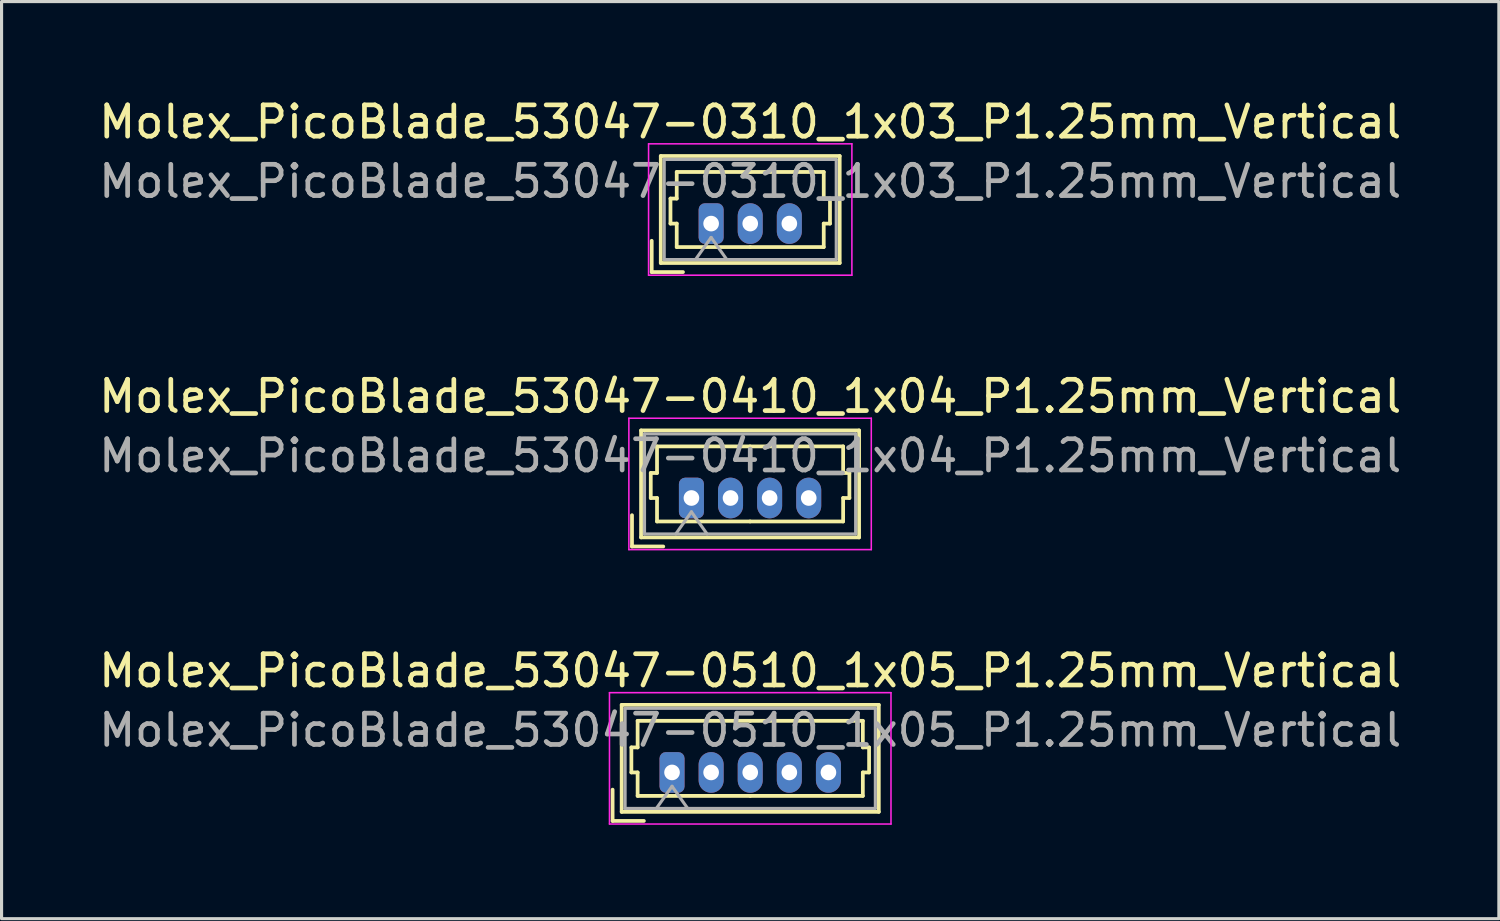
<source format=kicad_pcb>
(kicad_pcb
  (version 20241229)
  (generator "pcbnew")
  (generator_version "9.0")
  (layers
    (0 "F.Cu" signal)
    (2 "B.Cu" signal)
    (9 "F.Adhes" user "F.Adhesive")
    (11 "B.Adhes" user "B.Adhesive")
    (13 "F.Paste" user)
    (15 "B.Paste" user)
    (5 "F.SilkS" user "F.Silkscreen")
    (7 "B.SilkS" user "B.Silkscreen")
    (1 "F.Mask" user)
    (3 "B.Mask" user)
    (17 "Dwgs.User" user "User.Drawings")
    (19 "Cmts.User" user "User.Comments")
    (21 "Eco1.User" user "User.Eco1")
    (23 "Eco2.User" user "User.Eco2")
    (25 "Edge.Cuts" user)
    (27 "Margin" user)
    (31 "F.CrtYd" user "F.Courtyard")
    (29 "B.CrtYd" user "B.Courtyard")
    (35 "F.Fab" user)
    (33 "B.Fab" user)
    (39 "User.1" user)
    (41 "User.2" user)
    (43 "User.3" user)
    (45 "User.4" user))
  (footprint "Molex_PicoBlade_53047-0410_1x04_P1.25mm_Vertical"
    (layer "F.Cu")
    (at 19.055 12.871)
    (property "Reference" "Molex_PicoBlade_53047-0410_1x04_P1.25mm_Vertical" (at 1.88 -3.25 0) (layer "F.SilkS") (effects (font (size 1 1) (thickness 0.15))))
    (attr through_hole)
    (fp_line (start -1.9 1.55) (end -1.9 0.55) (stroke (width 0.12) (type solid)) (layer "F.SilkS"))
    (fp_line (start -1.9 1.55) (end -0.9 1.55) (stroke (width 0.12) (type solid)) (layer "F.SilkS"))
    (fp_line (start -1.61 -2.16) (end -1.61 1.26) (stroke (width 0.12) (type solid)) (layer "F.SilkS"))
    (fp_line (start -1.61 1.26) (end 5.36 1.26) (stroke (width 0.12) (type solid)) (layer "F.SilkS"))
    (fp_line (start -1.3 -0.8) (end -1.1 -0.8) (stroke (width 0.12) (type solid)) (layer "F.SilkS"))
    (fp_line (start -1.3 0) (end -1.3 -0.8) (stroke (width 0.12) (type solid)) (layer "F.SilkS"))
    (fp_line (start -1.1 -1.65) (end 1.875 -1.65) (stroke (width 0.12) (type solid)) (layer "F.SilkS"))
    (fp_line (start -1.1 -0.8) (end -1.1 -1.65) (stroke (width 0.12) (type solid)) (layer "F.SilkS"))
    (fp_line (start -1.1 0) (end -1.3 0) (stroke (width 0.12) (type solid)) (layer "F.SilkS"))
    (fp_line (start -1.1 0.75) (end -1.1 0) (stroke (width 0.12) (type solid)) (layer "F.SilkS"))
    (fp_line (start 1.875 0.75) (end -1.1 0.75) (stroke (width 0.12) (type solid)) (layer "F.SilkS"))
    (fp_line (start 1.875 0.75) (end 4.85 0.75) (stroke (width 0.12) (type solid)) (layer "F.SilkS"))
    (fp_line (start 4.85 -1.65) (end 1.875 -1.65) (stroke (width 0.12) (type solid)) (layer "F.SilkS"))
    (fp_line (start 4.85 -0.8) (end 4.85 -1.65) (stroke (width 0.12) (type solid)) (layer "F.SilkS"))
    (fp_line (start 4.85 0) (end 5.05 0) (stroke (width 0.12) (type solid)) (layer "F.SilkS"))
    (fp_line (start 4.85 0.75) (end 4.85 0) (stroke (width 0.12) (type solid)) (layer "F.SilkS"))
    (fp_line (start 5.05 -0.8) (end 4.85 -0.8) (stroke (width 0.12) (type solid)) (layer "F.SilkS"))
    (fp_line (start 5.05 0) (end 5.05 -0.8) (stroke (width 0.12) (type solid)) (layer "F.SilkS"))
    (fp_line (start 5.36 -2.16) (end -1.61 -2.16) (stroke (width 0.12) (type solid)) (layer "F.SilkS"))
    (fp_line (start 5.36 1.26) (end 5.36 -2.16) (stroke (width 0.12) (type solid)) (layer "F.SilkS"))
    (fp_line (start -2 -2.55) (end -2 1.65) (stroke (width 0.05) (type solid)) (layer "F.CrtYd"))
    (fp_line (start -2 1.65) (end 5.75 1.65) (stroke (width 0.05) (type solid)) (layer "F.CrtYd"))
    (fp_line (start 5.75 -2.55) (end -2 -2.55) (stroke (width 0.05) (type solid)) (layer "F.CrtYd"))
    (fp_line (start 5.75 1.65) (end 5.75 -2.55) (stroke (width 0.05) (type solid)) (layer "F.CrtYd"))
    (fp_line (start -1.5 -2.05) (end -1.5 1.15) (stroke (width 0.1) (type solid)) (layer "F.Fab"))
    (fp_line (start -1.5 1.15) (end 5.25 1.15) (stroke (width 0.1) (type solid)) (layer "F.Fab"))
    (fp_line (start -0.5 1.15) (end 0 0.443) (stroke (width 0.1) (type solid)) (layer "F.Fab"))
    (fp_line (start 0 0.443) (end 0.5 1.15) (stroke (width 0.1) (type solid)) (layer "F.Fab"))
    (fp_line (start 5.25 -2.05) (end -1.5 -2.05) (stroke (width 0.1) (type solid)) (layer "F.Fab"))
    (fp_line (start 5.25 1.15) (end 5.25 -2.05) (stroke (width 0.1) (type solid)) (layer "F.Fab"))
    (fp_text user "${REFERENCE}" (at 1.88 -1.35 0) (layer "F.Fab") (effects (font (size 1 1) (thickness 0.15))))
    (pad "1" thru_hole roundrect (at 0 0) (size 0.8 1.3) (drill 0.5) (layers "*.Cu" "*.Mask") (roundrect_rratio 0.25))
    (pad "2" thru_hole oval (at 1.25 0) (size 0.8 1.3) (drill 0.5) (layers "*.Cu" "*.Mask"))
    (pad "3" thru_hole oval (at 2.5 0) (size 0.8 1.3) (drill 0.5) (layers "*.Cu" "*.Mask"))
    (pad "4" thru_hole oval (at 3.75 0) (size 0.8 1.3) (drill 0.5) (layers "*.Cu" "*.Mask")))
  (footprint "Molex_PicoBlade_53047-0510_1x05_P1.25mm_Vertical"
    (layer "F.Cu")
    (at 18.435 21.645)
    (property "Reference" "Molex_PicoBlade_53047-0510_1x05_P1.25mm_Vertical" (at 2.5 -3.25 0) (layer "F.SilkS") (effects (font (size 1 1) (thickness 0.15))))
    (attr through_hole)
    (fp_line (start -1.9 1.55) (end -1.9 0.55) (stroke (width 0.12) (type solid)) (layer "F.SilkS"))
    (fp_line (start -1.9 1.55) (end -0.9 1.55) (stroke (width 0.12) (type solid)) (layer "F.SilkS"))
    (fp_line (start -1.61 -2.16) (end -1.61 1.26) (stroke (width 0.12) (type solid)) (layer "F.SilkS"))
    (fp_line (start -1.61 1.26) (end 6.61 1.26) (stroke (width 0.12) (type solid)) (layer "F.SilkS"))
    (fp_line (start -1.3 -0.8) (end -1.1 -0.8) (stroke (width 0.12) (type solid)) (layer "F.SilkS"))
    (fp_line (start -1.3 0) (end -1.3 -0.8) (stroke (width 0.12) (type solid)) (layer "F.SilkS"))
    (fp_line (start -1.1 -1.65) (end 2.5 -1.65) (stroke (width 0.12) (type solid)) (layer "F.SilkS"))
    (fp_line (start -1.1 -0.8) (end -1.1 -1.65) (stroke (width 0.12) (type solid)) (layer "F.SilkS"))
    (fp_line (start -1.1 0) (end -1.3 0) (stroke (width 0.12) (type solid)) (layer "F.SilkS"))
    (fp_line (start -1.1 0.75) (end -1.1 0) (stroke (width 0.12) (type solid)) (layer "F.SilkS"))
    (fp_line (start 2.5 0.75) (end -1.1 0.75) (stroke (width 0.12) (type solid)) (layer "F.SilkS"))
    (fp_line (start 2.5 0.75) (end 6.1 0.75) (stroke (width 0.12) (type solid)) (layer "F.SilkS"))
    (fp_line (start 6.1 -1.65) (end 2.5 -1.65) (stroke (width 0.12) (type solid)) (layer "F.SilkS"))
    (fp_line (start 6.1 -0.8) (end 6.1 -1.65) (stroke (width 0.12) (type solid)) (layer "F.SilkS"))
    (fp_line (start 6.1 0) (end 6.3 0) (stroke (width 0.12) (type solid)) (layer "F.SilkS"))
    (fp_line (start 6.1 0.75) (end 6.1 0) (stroke (width 0.12) (type solid)) (layer "F.SilkS"))
    (fp_line (start 6.3 -0.8) (end 6.1 -0.8) (stroke (width 0.12) (type solid)) (layer "F.SilkS"))
    (fp_line (start 6.3 0) (end 6.3 -0.8) (stroke (width 0.12) (type solid)) (layer "F.SilkS"))
    (fp_line (start 6.61 -2.16) (end -1.61 -2.16) (stroke (width 0.12) (type solid)) (layer "F.SilkS"))
    (fp_line (start 6.61 1.26) (end 6.61 -2.16) (stroke (width 0.12) (type solid)) (layer "F.SilkS"))
    (fp_line (start -2 -2.55) (end -2 1.65) (stroke (width 0.05) (type solid)) (layer "F.CrtYd"))
    (fp_line (start -2 1.65) (end 7 1.65) (stroke (width 0.05) (type solid)) (layer "F.CrtYd"))
    (fp_line (start 7 -2.55) (end -2 -2.55) (stroke (width 0.05) (type solid)) (layer "F.CrtYd"))
    (fp_line (start 7 1.65) (end 7 -2.55) (stroke (width 0.05) (type solid)) (layer "F.CrtYd"))
    (fp_line (start -1.5 -2.05) (end -1.5 1.15) (stroke (width 0.1) (type solid)) (layer "F.Fab"))
    (fp_line (start -1.5 1.15) (end 6.5 1.15) (stroke (width 0.1) (type solid)) (layer "F.Fab"))
    (fp_line (start -0.5 1.15) (end 0 0.443) (stroke (width 0.1) (type solid)) (layer "F.Fab"))
    (fp_line (start 0 0.443) (end 0.5 1.15) (stroke (width 0.1) (type solid)) (layer "F.Fab"))
    (fp_line (start 6.5 -2.05) (end -1.5 -2.05) (stroke (width 0.1) (type solid)) (layer "F.Fab"))
    (fp_line (start 6.5 1.15) (end 6.5 -2.05) (stroke (width 0.1) (type solid)) (layer "F.Fab"))
    (fp_text user "${REFERENCE}" (at 2.5 -1.35 0) (layer "F.Fab") (effects (font (size 1 1) (thickness 0.15))))
    (pad "1" thru_hole roundrect (at 0 0) (size 0.8 1.3) (drill 0.5) (layers "*.Cu" "*.Mask") (roundrect_rratio 0.25))
    (pad "2" thru_hole oval (at 1.25 0) (size 0.8 1.3) (drill 0.5) (layers "*.Cu" "*.Mask"))
    (pad "3" thru_hole oval (at 2.5 0) (size 0.8 1.3) (drill 0.5) (layers "*.Cu" "*.Mask"))
    (pad "4" thru_hole oval (at 3.75 0) (size 0.8 1.3) (drill 0.5) (layers "*.Cu" "*.Mask"))
    (pad "5" thru_hole oval (at 5 0) (size 0.8 1.3) (drill 0.5) (layers "*.Cu" "*.Mask")))
  (footprint "Molex_PicoBlade_53047-0310_1x03_P1.25mm_Vertical"
    (layer "F.Cu")
    (at 19.685 4.098)
    (property "Reference" "Molex_PicoBlade_53047-0310_1x03_P1.25mm_Vertical" (at 1.25 -3.25 0) (layer "F.SilkS") (effects (font (size 1 1) (thickness 0.15))))
    (attr through_hole)
    (fp_line (start -1.9 1.55) (end -1.9 0.55) (stroke (width 0.12) (type solid)) (layer "F.SilkS"))
    (fp_line (start -1.9 1.55) (end -0.9 1.55) (stroke (width 0.12) (type solid)) (layer "F.SilkS"))
    (fp_line (start -1.61 -2.16) (end -1.61 1.26) (stroke (width 0.12) (type solid)) (layer "F.SilkS"))
    (fp_line (start -1.61 1.26) (end 4.11 1.26) (stroke (width 0.12) (type solid)) (layer "F.SilkS"))
    (fp_line (start -1.3 -0.8) (end -1.1 -0.8) (stroke (width 0.12) (type solid)) (layer "F.SilkS"))
    (fp_line (start -1.3 0) (end -1.3 -0.8) (stroke (width 0.12) (type solid)) (layer "F.SilkS"))
    (fp_line (start -1.1 -1.65) (end 1.25 -1.65) (stroke (width 0.12) (type solid)) (layer "F.SilkS"))
    (fp_line (start -1.1 -0.8) (end -1.1 -1.65) (stroke (width 0.12) (type solid)) (layer "F.SilkS"))
    (fp_line (start -1.1 0) (end -1.3 0) (stroke (width 0.12) (type solid)) (layer "F.SilkS"))
    (fp_line (start -1.1 0.75) (end -1.1 0) (stroke (width 0.12) (type solid)) (layer "F.SilkS"))
    (fp_line (start 1.25 0.75) (end -1.1 0.75) (stroke (width 0.12) (type solid)) (layer "F.SilkS"))
    (fp_line (start 1.25 0.75) (end 3.6 0.75) (stroke (width 0.12) (type solid)) (layer "F.SilkS"))
    (fp_line (start 3.6 -1.65) (end 1.25 -1.65) (stroke (width 0.12) (type solid)) (layer "F.SilkS"))
    (fp_line (start 3.6 -0.8) (end 3.6 -1.65) (stroke (width 0.12) (type solid)) (layer "F.SilkS"))
    (fp_line (start 3.6 0) (end 3.8 0) (stroke (width 0.12) (type solid)) (layer "F.SilkS"))
    (fp_line (start 3.6 0.75) (end 3.6 0) (stroke (width 0.12) (type solid)) (layer "F.SilkS"))
    (fp_line (start 3.8 -0.8) (end 3.6 -0.8) (stroke (width 0.12) (type solid)) (layer "F.SilkS"))
    (fp_line (start 3.8 0) (end 3.8 -0.8) (stroke (width 0.12) (type solid)) (layer "F.SilkS"))
    (fp_line (start 4.11 -2.16) (end -1.61 -2.16) (stroke (width 0.12) (type solid)) (layer "F.SilkS"))
    (fp_line (start 4.11 1.26) (end 4.11 -2.16) (stroke (width 0.12) (type solid)) (layer "F.SilkS"))
    (fp_line (start -2 -2.55) (end -2 1.65) (stroke (width 0.05) (type solid)) (layer "F.CrtYd"))
    (fp_line (start -2 1.65) (end 4.5 1.65) (stroke (width 0.05) (type solid)) (layer "F.CrtYd"))
    (fp_line (start 4.5 -2.55) (end -2 -2.55) (stroke (width 0.05) (type solid)) (layer "F.CrtYd"))
    (fp_line (start 4.5 1.65) (end 4.5 -2.55) (stroke (width 0.05) (type solid)) (layer "F.CrtYd"))
    (fp_line (start -1.5 -2.05) (end -1.5 1.15) (stroke (width 0.1) (type solid)) (layer "F.Fab"))
    (fp_line (start -1.5 1.15) (end 4 1.15) (stroke (width 0.1) (type solid)) (layer "F.Fab"))
    (fp_line (start -0.5 1.15) (end 0 0.443) (stroke (width 0.1) (type solid)) (layer "F.Fab"))
    (fp_line (start 0 0.443) (end 0.5 1.15) (stroke (width 0.1) (type solid)) (layer "F.Fab"))
    (fp_line (start 4 -2.05) (end -1.5 -2.05) (stroke (width 0.1) (type solid)) (layer "F.Fab"))
    (fp_line (start 4 1.15) (end 4 -2.05) (stroke (width 0.1) (type solid)) (layer "F.Fab"))
    (fp_text user "${REFERENCE}" (at 1.25 -1.35 0) (layer "F.Fab") (effects (font (size 1 1) (thickness 0.15))))
    (pad "1" thru_hole roundrect (at 0 0) (size 0.8 1.3) (drill 0.5) (layers "*.Cu" "*.Mask") (roundrect_rratio 0.25))
    (pad "2" thru_hole oval (at 1.25 0) (size 0.8 1.3) (drill 0.5) (layers "*.Cu" "*.Mask"))
    (pad "3" thru_hole oval (at 2.5 0) (size 0.8 1.3) (drill 0.5) (layers "*.Cu" "*.Mask")))
  (gr_rect
    (start -3 -3)
    (end 44.869 26.32)
    (stroke (width 0.1) (type default))
    (fill no)
    (layer "Edge.Cuts")))
</source>
